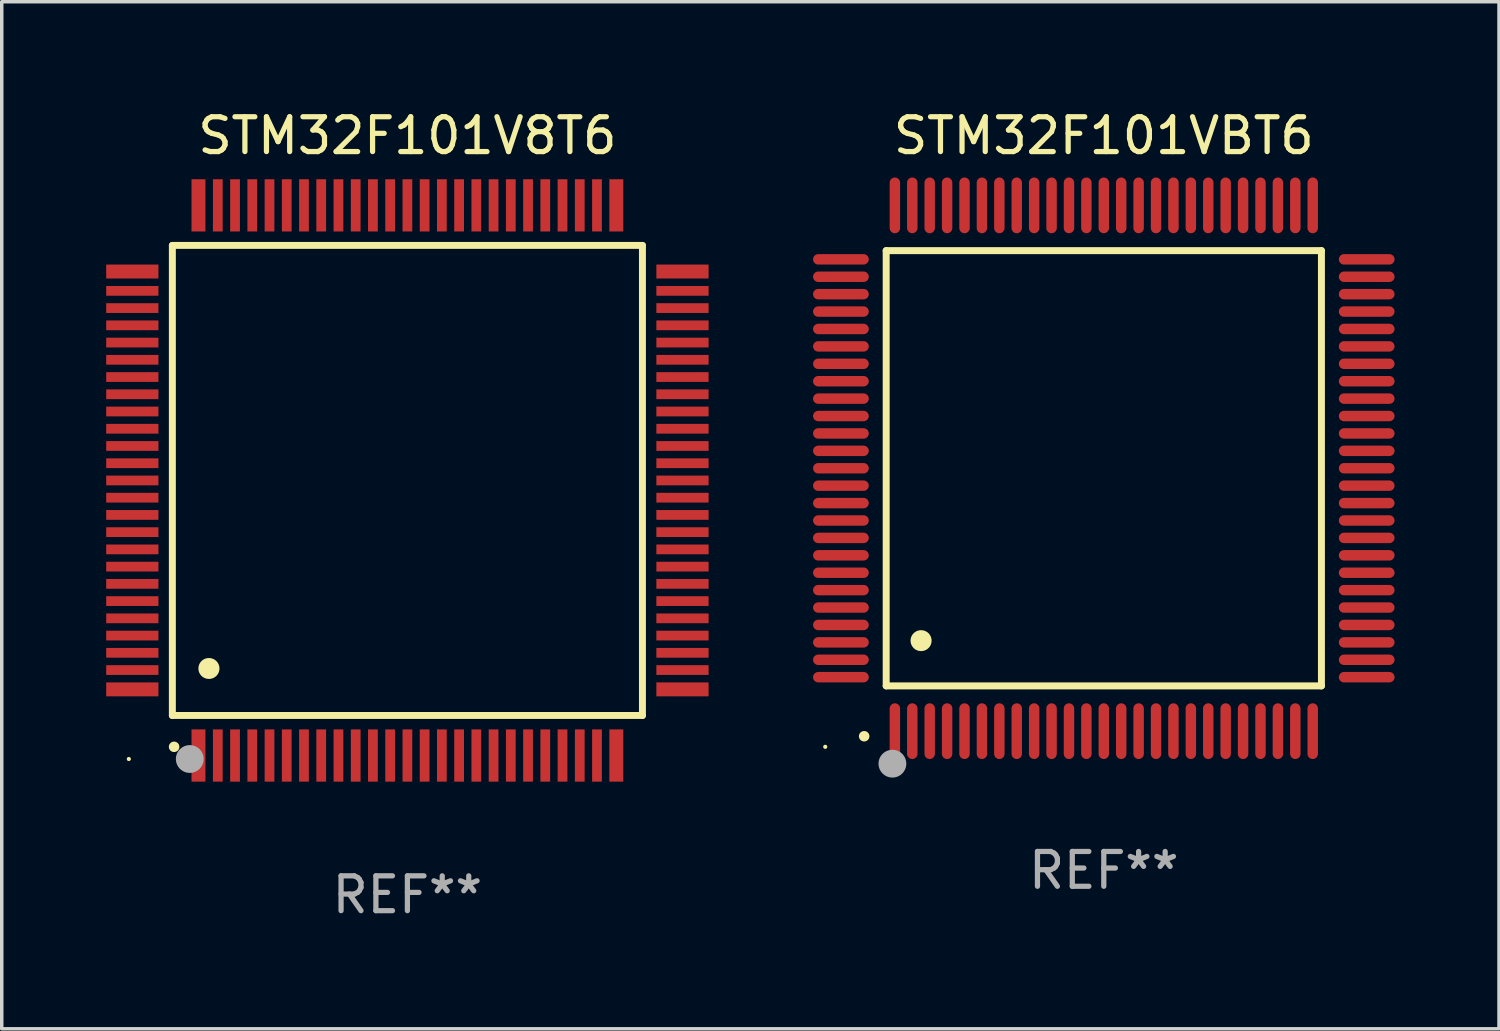
<source format=kicad_pcb>
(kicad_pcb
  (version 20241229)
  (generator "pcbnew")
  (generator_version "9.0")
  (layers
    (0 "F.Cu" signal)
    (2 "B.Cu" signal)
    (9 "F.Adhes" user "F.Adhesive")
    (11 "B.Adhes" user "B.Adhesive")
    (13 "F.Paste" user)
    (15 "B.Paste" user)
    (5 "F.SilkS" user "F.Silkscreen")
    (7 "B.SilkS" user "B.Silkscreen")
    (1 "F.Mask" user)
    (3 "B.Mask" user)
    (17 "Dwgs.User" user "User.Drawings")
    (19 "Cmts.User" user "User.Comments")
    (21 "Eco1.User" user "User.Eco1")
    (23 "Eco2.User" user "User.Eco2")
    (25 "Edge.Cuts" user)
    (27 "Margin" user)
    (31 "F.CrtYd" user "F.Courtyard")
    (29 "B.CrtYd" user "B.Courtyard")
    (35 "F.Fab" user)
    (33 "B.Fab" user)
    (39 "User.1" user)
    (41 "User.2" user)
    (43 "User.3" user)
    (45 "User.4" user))
  (footprint "STM32F101VBT6"
    (layer "F.Cu")
    (at 28.65 10.398)
    (property "Reference" "STM32F101VBT6" (at 0 -9.55 0) (layer "F.SilkS") (effects (font (size 1 1) (thickness 0.15))))
    (attr through_hole)
    (fp_line (start -6.25 -6.25) (end -6.25 6.25) (stroke (width 0.2) (type solid)) (layer "F.SilkS"))
    (fp_line (start -6.25 6.25) (end 6.25 6.25) (stroke (width 0.2) (type solid)) (layer "F.SilkS"))
    (fp_line (start 6.25 -6.25) (end -6.25 -6.25) (stroke (width 0.2) (type solid)) (layer "F.SilkS"))
    (fp_line (start 6.25 6.25) (end 6.25 -6.25) (stroke (width 0.2) (type solid)) (layer "F.SilkS"))
    (fp_arc (start -6.883414 7.696215) (mid -6.882144 7.69621) (end -6.880874 7.696215) (stroke (width 0.3) (type solid)) (layer "F.SilkS"))
    (fp_arc (start -5.250191 4.95047) (mid -5.247651 4.950459) (end -5.245111 4.95047) (stroke (width 0.6) (type solid)) (layer "F.SilkS"))
    (fp_circle (center -8 8) (end -7.97 8) (stroke (width 0.06) (type solid)) (fill no) (layer "F.SilkS"))
    (fp_circle (center -6.071 8.484) (end -5.871 8.484) (stroke (width 0.4) (type solid)) (fill no) (layer "F.Fab"))
    (fp_text user "REF**" (at 0 11.55 0) (layer "F.Fab") (effects (font (size 1 1) (thickness 0.15))))
    (pad "1" smd oval (at -6 7.55) (size 0.3 1.6) (layers "F.Cu" "F.Mask" "F.Paste"))
    (pad "2" smd oval (at -5.5 7.55) (size 0.3 1.6) (layers "F.Cu" "F.Mask" "F.Paste"))
    (pad "3" smd oval (at -5 7.55) (size 0.3 1.6) (layers "F.Cu" "F.Mask" "F.Paste"))
    (pad "4" smd oval (at -4.5 7.55) (size 0.3 1.6) (layers "F.Cu" "F.Mask" "F.Paste"))
    (pad "5" smd oval (at -4 7.55) (size 0.3 1.6) (layers "F.Cu" "F.Mask" "F.Paste"))
    (pad "6" smd oval (at -3.5 7.55) (size 0.3 1.6) (layers "F.Cu" "F.Mask" "F.Paste"))
    (pad "7" smd oval (at -3 7.55) (size 0.3 1.6) (layers "F.Cu" "F.Mask" "F.Paste"))
    (pad "8" smd oval (at -2.5 7.55) (size 0.3 1.6) (layers "F.Cu" "F.Mask" "F.Paste"))
    (pad "9" smd oval (at -2 7.55) (size 0.3 1.6) (layers "F.Cu" "F.Mask" "F.Paste"))
    (pad "10" smd oval (at -1.5 7.55) (size 0.3 1.6) (layers "F.Cu" "F.Mask" "F.Paste"))
    (pad "11" smd oval (at -1 7.55) (size 0.3 1.6) (layers "F.Cu" "F.Mask" "F.Paste"))
    (pad "12" smd oval (at -0.5 7.55) (size 0.3 1.6) (layers "F.Cu" "F.Mask" "F.Paste"))
    (pad "13" smd oval (at 0 7.55) (size 0.3 1.6) (layers "F.Cu" "F.Mask" "F.Paste"))
    (pad "14" smd oval (at 0.5 7.55) (size 0.3 1.6) (layers "F.Cu" "F.Mask" "F.Paste"))
    (pad "15" smd oval (at 1 7.55) (size 0.3 1.6) (layers "F.Cu" "F.Mask" "F.Paste"))
    (pad "16" smd oval (at 1.5 7.55) (size 0.3 1.6) (layers "F.Cu" "F.Mask" "F.Paste"))
    (pad "17" smd oval (at 2 7.55) (size 0.3 1.6) (layers "F.Cu" "F.Mask" "F.Paste"))
    (pad "18" smd oval (at 2.5 7.55) (size 0.3 1.6) (layers "F.Cu" "F.Mask" "F.Paste"))
    (pad "19" smd oval (at 3 7.55) (size 0.3 1.6) (layers "F.Cu" "F.Mask" "F.Paste"))
    (pad "20" smd oval (at 3.5 7.55) (size 0.3 1.6) (layers "F.Cu" "F.Mask" "F.Paste"))
    (pad "21" smd oval (at 4 7.55) (size 0.3 1.6) (layers "F.Cu" "F.Mask" "F.Paste"))
    (pad "22" smd oval (at 4.5 7.55) (size 0.3 1.6) (layers "F.Cu" "F.Mask" "F.Paste"))
    (pad "23" smd oval (at 5 7.55) (size 0.3 1.6) (layers "F.Cu" "F.Mask" "F.Paste"))
    (pad "24" smd oval (at 5.5 7.55) (size 0.3 1.6) (layers "F.Cu" "F.Mask" "F.Paste"))
    (pad "25" smd oval (at 6 7.55) (size 0.3 1.6) (layers "F.Cu" "F.Mask" "F.Paste"))
    (pad "26" smd oval (at 7.55 6) (size 1.6 0.3) (layers "F.Cu" "F.Mask" "F.Paste"))
    (pad "27" smd oval (at 7.55 5.5) (size 1.6 0.3) (layers "F.Cu" "F.Mask" "F.Paste"))
    (pad "28" smd oval (at 7.55 5) (size 1.6 0.3) (layers "F.Cu" "F.Mask" "F.Paste"))
    (pad "29" smd oval (at 7.55 4.5) (size 1.6 0.3) (layers "F.Cu" "F.Mask" "F.Paste"))
    (pad "30" smd oval (at 7.55 4) (size 1.6 0.3) (layers "F.Cu" "F.Mask" "F.Paste"))
    (pad "31" smd oval (at 7.55 3.5) (size 1.6 0.3) (layers "F.Cu" "F.Mask" "F.Paste"))
    (pad "32" smd oval (at 7.55 3) (size 1.6 0.3) (layers "F.Cu" "F.Mask" "F.Paste"))
    (pad "33" smd oval (at 7.55 2.5) (size 1.6 0.3) (layers "F.Cu" "F.Mask" "F.Paste"))
    (pad "34" smd oval (at 7.55 2) (size 1.6 0.3) (layers "F.Cu" "F.Mask" "F.Paste"))
    (pad "35" smd oval (at 7.55 1.5) (size 1.6 0.3) (layers "F.Cu" "F.Mask" "F.Paste"))
    (pad "36" smd oval (at 7.55 1) (size 1.6 0.3) (layers "F.Cu" "F.Mask" "F.Paste"))
    (pad "37" smd oval (at 7.55 0.5) (size 1.6 0.3) (layers "F.Cu" "F.Mask" "F.Paste"))
    (pad "38" smd oval (at 7.55 0) (size 1.6 0.3) (layers "F.Cu" "F.Mask" "F.Paste"))
    (pad "39" smd oval (at 7.55 -0.5) (size 1.6 0.3) (layers "F.Cu" "F.Mask" "F.Paste"))
    (pad "40" smd oval (at 7.55 -1) (size 1.6 0.3) (layers "F.Cu" "F.Mask" "F.Paste"))
    (pad "41" smd oval (at 7.55 -1.5) (size 1.6 0.3) (layers "F.Cu" "F.Mask" "F.Paste"))
    (pad "42" smd oval (at 7.55 -2) (size 1.6 0.3) (layers "F.Cu" "F.Mask" "F.Paste"))
    (pad "43" smd oval (at 7.55 -2.5) (size 1.6 0.3) (layers "F.Cu" "F.Mask" "F.Paste"))
    (pad "44" smd oval (at 7.55 -3) (size 1.6 0.3) (layers "F.Cu" "F.Mask" "F.Paste"))
    (pad "45" smd oval (at 7.55 -3.5) (size 1.6 0.3) (layers "F.Cu" "F.Mask" "F.Paste"))
    (pad "46" smd oval (at 7.55 -4) (size 1.6 0.3) (layers "F.Cu" "F.Mask" "F.Paste"))
    (pad "47" smd oval (at 7.55 -4.5) (size 1.6 0.3) (layers "F.Cu" "F.Mask" "F.Paste"))
    (pad "48" smd oval (at 7.55 -5) (size 1.6 0.3) (layers "F.Cu" "F.Mask" "F.Paste"))
    (pad "49" smd oval (at 7.55 -5.5) (size 1.6 0.3) (layers "F.Cu" "F.Mask" "F.Paste"))
    (pad "50" smd oval (at 7.55 -6) (size 1.6 0.3) (layers "F.Cu" "F.Mask" "F.Paste"))
    (pad "51" smd oval (at 6 -7.55) (size 0.3 1.6) (layers "F.Cu" "F.Mask" "F.Paste"))
    (pad "52" smd oval (at 5.5 -7.55) (size 0.3 1.6) (layers "F.Cu" "F.Mask" "F.Paste"))
    (pad "53" smd oval (at 5 -7.55) (size 0.3 1.6) (layers "F.Cu" "F.Mask" "F.Paste"))
    (pad "54" smd oval (at 4.5 -7.55) (size 0.3 1.6) (layers "F.Cu" "F.Mask" "F.Paste"))
    (pad "55" smd oval (at 4 -7.55) (size 0.3 1.6) (layers "F.Cu" "F.Mask" "F.Paste"))
    (pad "56" smd oval (at 3.5 -7.55) (size 0.3 1.6) (layers "F.Cu" "F.Mask" "F.Paste"))
    (pad "57" smd oval (at 3 -7.55) (size 0.3 1.6) (layers "F.Cu" "F.Mask" "F.Paste"))
    (pad "58" smd oval (at 2.5 -7.55) (size 0.3 1.6) (layers "F.Cu" "F.Mask" "F.Paste"))
    (pad "59" smd oval (at 2 -7.55) (size 0.3 1.6) (layers "F.Cu" "F.Mask" "F.Paste"))
    (pad "60" smd oval (at 1.5 -7.55) (size 0.3 1.6) (layers "F.Cu" "F.Mask" "F.Paste"))
    (pad "61" smd oval (at 1 -7.55) (size 0.3 1.6) (layers "F.Cu" "F.Mask" "F.Paste"))
    (pad "62" smd oval (at 0.5 -7.55) (size 0.3 1.6) (layers "F.Cu" "F.Mask" "F.Paste"))
    (pad "63" smd oval (at 0 -7.55) (size 0.3 1.6) (layers "F.Cu" "F.Mask" "F.Paste"))
    (pad "64" smd oval (at -0.5 -7.55) (size 0.3 1.6) (layers "F.Cu" "F.Mask" "F.Paste"))
    (pad "65" smd oval (at -1 -7.55) (size 0.3 1.6) (layers "F.Cu" "F.Mask" "F.Paste"))
    (pad "66" smd oval (at -1.5 -7.55) (size 0.3 1.6) (layers "F.Cu" "F.Mask" "F.Paste"))
    (pad "67" smd oval (at -2 -7.55) (size 0.3 1.6) (layers "F.Cu" "F.Mask" "F.Paste"))
    (pad "68" smd oval (at -2.5 -7.55) (size 0.3 1.6) (layers "F.Cu" "F.Mask" "F.Paste"))
    (pad "69" smd oval (at -3 -7.55) (size 0.3 1.6) (layers "F.Cu" "F.Mask" "F.Paste"))
    (pad "70" smd oval (at -3.5 -7.55) (size 0.3 1.6) (layers "F.Cu" "F.Mask" "F.Paste"))
    (pad "71" smd oval (at -4 -7.55) (size 0.3 1.6) (layers "F.Cu" "F.Mask" "F.Paste"))
    (pad "72" smd oval (at -4.5 -7.55) (size 0.3 1.6) (layers "F.Cu" "F.Mask" "F.Paste"))
    (pad "73" smd oval (at -5 -7.55) (size 0.3 1.6) (layers "F.Cu" "F.Mask" "F.Paste"))
    (pad "74" smd oval (at -5.5 -7.55) (size 0.3 1.6) (layers "F.Cu" "F.Mask" "F.Paste"))
    (pad "75" smd oval (at -6 -7.55) (size 0.3 1.6) (layers "F.Cu" "F.Mask" "F.Paste"))
    (pad "76" smd oval (at -7.55 -6) (size 1.6 0.3) (layers "F.Cu" "F.Mask" "F.Paste"))
    (pad "77" smd oval (at -7.55 -5.5) (size 1.6 0.3) (layers "F.Cu" "F.Mask" "F.Paste"))
    (pad "78" smd oval (at -7.55 -5) (size 1.6 0.3) (layers "F.Cu" "F.Mask" "F.Paste"))
    (pad "79" smd oval (at -7.55 -4.5) (size 1.6 0.3) (layers "F.Cu" "F.Mask" "F.Paste"))
    (pad "80" smd oval (at -7.55 -4) (size 1.6 0.3) (layers "F.Cu" "F.Mask" "F.Paste"))
    (pad "81" smd oval (at -7.55 -3.5) (size 1.6 0.3) (layers "F.Cu" "F.Mask" "F.Paste"))
    (pad "82" smd oval (at -7.55 -3) (size 1.6 0.3) (layers "F.Cu" "F.Mask" "F.Paste"))
    (pad "83" smd oval (at -7.55 -2.5) (size 1.6 0.3) (layers "F.Cu" "F.Mask" "F.Paste"))
    (pad "84" smd oval (at -7.55 -2) (size 1.6 0.3) (layers "F.Cu" "F.Mask" "F.Paste"))
    (pad "85" smd oval (at -7.55 -1.5) (size 1.6 0.3) (layers "F.Cu" "F.Mask" "F.Paste"))
    (pad "86" smd oval (at -7.55 -1) (size 1.6 0.3) (layers "F.Cu" "F.Mask" "F.Paste"))
    (pad "87" smd oval (at -7.55 -0.5) (size 1.6 0.3) (layers "F.Cu" "F.Mask" "F.Paste"))
    (pad "88" smd oval (at -7.55 0) (size 1.6 0.3) (layers "F.Cu" "F.Mask" "F.Paste"))
    (pad "89" smd oval (at -7.55 0.5) (size 1.6 0.3) (layers "F.Cu" "F.Mask" "F.Paste"))
    (pad "90" smd oval (at -7.55 1) (size 1.6 0.3) (layers "F.Cu" "F.Mask" "F.Paste"))
    (pad "91" smd oval (at -7.55 1.5) (size 1.6 0.3) (layers "F.Cu" "F.Mask" "F.Paste"))
    (pad "92" smd oval (at -7.55 2) (size 1.6 0.3) (layers "F.Cu" "F.Mask" "F.Paste"))
    (pad "93" smd oval (at -7.55 2.5) (size 1.6 0.3) (layers "F.Cu" "F.Mask" "F.Paste"))
    (pad "94" smd oval (at -7.55 3) (size 1.6 0.3) (layers "F.Cu" "F.Mask" "F.Paste"))
    (pad "95" smd oval (at -7.55 3.5) (size 1.6 0.3) (layers "F.Cu" "F.Mask" "F.Paste"))
    (pad "96" smd oval (at -7.55 4) (size 1.6 0.3) (layers "F.Cu" "F.Mask" "F.Paste"))
    (pad "97" smd oval (at -7.55 4.5) (size 1.6 0.3) (layers "F.Cu" "F.Mask" "F.Paste"))
    (pad "98" smd oval (at -7.55 5) (size 1.6 0.3) (layers "F.Cu" "F.Mask" "F.Paste"))
    (pad "99" smd oval (at -7.55 5.5) (size 1.6 0.3) (layers "F.Cu" "F.Mask" "F.Paste"))
    (pad "100" smd oval (at -7.55 6) (size 1.6 0.3) (layers "F.Cu" "F.Mask" "F.Paste")))
  (footprint "STM32F101V8T6"
    (layer "F.Cu")
    (at 8.65 10.748)
    (property "Reference" "STM32F101V8T6" (at 0 -9.9 0) (layer "F.SilkS") (effects (font (size 1 1) (thickness 0.15))))
    (attr through_hole)
    (fp_line (start -6.75 -6.75) (end -6.75 6.75) (stroke (width 0.2) (type solid)) (layer "F.SilkS"))
    (fp_line (start -6.75 6.75) (end 6.75 6.75) (stroke (width 0.2) (type solid)) (layer "F.SilkS"))
    (fp_line (start 6.75 -6.75) (end -6.75 -6.75) (stroke (width 0.2) (type solid)) (layer "F.SilkS"))
    (fp_line (start 6.75 6.75) (end 6.75 -6.75) (stroke (width 0.2) (type solid)) (layer "F.SilkS"))
    (fp_arc (start -6.701321 7.650013) (mid -6.700051 7.650008) (end -6.698781 7.650013) (stroke (width 0.3) (type solid)) (layer "F.SilkS"))
    (fp_arc (start -5.702515 5.400025) (mid -5.699975 5.400014) (end -5.697435 5.400025) (stroke (width 0.6) (type solid)) (layer "F.SilkS"))
    (fp_circle (center -8 8) (end -7.97 8) (stroke (width 0.06) (type solid)) (fill no) (layer "F.SilkS"))
    (fp_circle (center -6.25 8) (end -6.05 8) (stroke (width 0.4) (type solid)) (fill no) (layer "F.Fab"))
    (fp_text user "REF**" (at 0 11.9 0) (layer "F.Fab") (effects (font (size 1 1) (thickness 0.15))))
    (pad "1" smd rect (at -6 7.9 180) (size 0.4 1.5) (layers "F.Cu" "F.Mask" "F.Paste"))
    (pad "2" smd rect (at -5.445 7.9 180) (size 0.28 1.5) (layers "F.Cu" "F.Mask" "F.Paste"))
    (pad "3" smd rect (at -4.95 7.9 180) (size 0.28 1.5) (layers "F.Cu" "F.Mask" "F.Paste"))
    (pad "4" smd rect (at -4.455 7.9 180) (size 0.28 1.5) (layers "F.Cu" "F.Mask" "F.Paste"))
    (pad "5" smd rect (at -3.96 7.9 180) (size 0.28 1.5) (layers "F.Cu" "F.Mask" "F.Paste"))
    (pad "6" smd rect (at -3.465 7.9 180) (size 0.28 1.5) (layers "F.Cu" "F.Mask" "F.Paste"))
    (pad "7" smd rect (at -2.97 7.9 180) (size 0.28 1.5) (layers "F.Cu" "F.Mask" "F.Paste"))
    (pad "8" smd rect (at -2.475 7.9 180) (size 0.28 1.5) (layers "F.Cu" "F.Mask" "F.Paste"))
    (pad "9" smd rect (at -1.98 7.9 180) (size 0.28 1.5) (layers "F.Cu" "F.Mask" "F.Paste"))
    (pad "10" smd rect (at -1.485 7.9 180) (size 0.28 1.5) (layers "F.Cu" "F.Mask" "F.Paste"))
    (pad "11" smd rect (at -0.99 7.9 180) (size 0.28 1.5) (layers "F.Cu" "F.Mask" "F.Paste"))
    (pad "12" smd rect (at -0.495 7.9 180) (size 0.28 1.5) (layers "F.Cu" "F.Mask" "F.Paste"))
    (pad "13" smd rect (at 0.000178 7.9 180) (size 0.28 1.5) (layers "F.Cu" "F.Mask" "F.Paste"))
    (pad "14" smd rect (at 0.495 7.9 180) (size 0.28 1.5) (layers "F.Cu" "F.Mask" "F.Paste"))
    (pad "15" smd rect (at 0.99 7.9 180) (size 0.28 1.5) (layers "F.Cu" "F.Mask" "F.Paste"))
    (pad "16" smd rect (at 1.485 7.9 180) (size 0.28 1.5) (layers "F.Cu" "F.Mask" "F.Paste"))
    (pad "17" smd rect (at 1.98 7.9 180) (size 0.28 1.5) (layers "F.Cu" "F.Mask" "F.Paste"))
    (pad "18" smd rect (at 2.475 7.9 180) (size 0.28 1.5) (layers "F.Cu" "F.Mask" "F.Paste"))
    (pad "19" smd rect (at 2.97 7.9 180) (size 0.28 1.5) (layers "F.Cu" "F.Mask" "F.Paste"))
    (pad "20" smd rect (at 3.465 7.9 180) (size 0.28 1.5) (layers "F.Cu" "F.Mask" "F.Paste"))
    (pad "21" smd rect (at 3.96 7.9 180) (size 0.28 1.5) (layers "F.Cu" "F.Mask" "F.Paste"))
    (pad "22" smd rect (at 4.455 7.9 180) (size 0.28 1.5) (layers "F.Cu" "F.Mask" "F.Paste"))
    (pad "23" smd rect (at 4.95 7.9 180) (size 0.28 1.5) (layers "F.Cu" "F.Mask" "F.Paste"))
    (pad "24" smd rect (at 5.445 7.9 180) (size 0.28 1.5) (layers "F.Cu" "F.Mask" "F.Paste"))
    (pad "25" smd rect (at 6 7.9 180) (size 0.4 1.5) (layers "F.Cu" "F.Mask" "F.Paste"))
    (pad "26" smd rect (at 7.9 6 90) (size 0.4 1.5) (layers "F.Cu" "F.Mask" "F.Paste"))
    (pad "27" smd rect (at 7.9 5.445 90) (size 0.28 1.5) (layers "F.Cu" "F.Mask" "F.Paste"))
    (pad "28" smd rect (at 7.9 4.95 90) (size 0.28 1.5) (layers "F.Cu" "F.Mask" "F.Paste"))
    (pad "29" smd rect (at 7.9 4.455 90) (size 0.28 1.5) (layers "F.Cu" "F.Mask" "F.Paste"))
    (pad "30" smd rect (at 7.9 3.96 90) (size 0.28 1.5) (layers "F.Cu" "F.Mask" "F.Paste"))
    (pad "31" smd rect (at 7.9 3.465 90) (size 0.28 1.5) (layers "F.Cu" "F.Mask" "F.Paste"))
    (pad "32" smd rect (at 7.9 2.97 90) (size 0.28 1.5) (layers "F.Cu" "F.Mask" "F.Paste"))
    (pad "33" smd rect (at 7.9 2.475 90) (size 0.28 1.5) (layers "F.Cu" "F.Mask" "F.Paste"))
    (pad "34" smd rect (at 7.9 1.98 90) (size 0.28 1.5) (layers "F.Cu" "F.Mask" "F.Paste"))
    (pad "35" smd rect (at 7.9 1.485 90) (size 0.28 1.5) (layers "F.Cu" "F.Mask" "F.Paste"))
    (pad "36" smd rect (at 7.9 0.99 90) (size 0.28 1.5) (layers "F.Cu" "F.Mask" "F.Paste"))
    (pad "37" smd rect (at 7.9 0.495 90) (size 0.28 1.5) (layers "F.Cu" "F.Mask" "F.Paste"))
    (pad "38" smd rect (at 7.9 0 90) (size 0.28 1.5) (layers "F.Cu" "F.Mask" "F.Paste"))
    (pad "39" smd rect (at 7.9 -0.495 90) (size 0.28 1.5) (layers "F.Cu" "F.Mask" "F.Paste"))
    (pad "40" smd rect (at 7.9 -0.99 90) (size 0.28 1.5) (layers "F.Cu" "F.Mask" "F.Paste"))
    (pad "41" smd rect (at 7.9 -1.485 90) (size 0.28 1.5) (layers "F.Cu" "F.Mask" "F.Paste"))
    (pad "42" smd rect (at 7.9 -1.98 90) (size 0.28 1.5) (layers "F.Cu" "F.Mask" "F.Paste"))
    (pad "43" smd rect (at 7.9 -2.475 90) (size 0.28 1.5) (layers "F.Cu" "F.Mask" "F.Paste"))
    (pad "44" smd rect (at 7.9 -2.97 90) (size 0.28 1.5) (layers "F.Cu" "F.Mask" "F.Paste"))
    (pad "45" smd rect (at 7.9 -3.465 90) (size 0.28 1.5) (layers "F.Cu" "F.Mask" "F.Paste"))
    (pad "46" smd rect (at 7.9 -3.96 90) (size 0.28 1.5) (layers "F.Cu" "F.Mask" "F.Paste"))
    (pad "47" smd rect (at 7.9 -4.455 90) (size 0.28 1.5) (layers "F.Cu" "F.Mask" "F.Paste"))
    (pad "48" smd rect (at 7.9 -4.95 90) (size 0.28 1.5) (layers "F.Cu" "F.Mask" "F.Paste"))
    (pad "49" smd rect (at 7.9 -5.445 90) (size 0.28 1.5) (layers "F.Cu" "F.Mask" "F.Paste"))
    (pad "50" smd rect (at 7.9 -6 90) (size 0.4 1.5) (layers "F.Cu" "F.Mask" "F.Paste"))
    (pad "51" smd rect (at 6 -7.9 180) (size 0.4 1.5) (layers "F.Cu" "F.Mask" "F.Paste"))
    (pad "52" smd rect (at 5.445 -7.9 180) (size 0.28 1.5) (layers "F.Cu" "F.Mask" "F.Paste"))
    (pad "53" smd rect (at 4.95 -7.9 180) (size 0.28 1.5) (layers "F.Cu" "F.Mask" "F.Paste"))
    (pad "54" smd rect (at 4.455 -7.9 180) (size 0.28 1.5) (layers "F.Cu" "F.Mask" "F.Paste"))
    (pad "55" smd rect (at 3.96 -7.9 180) (size 0.28 1.5) (layers "F.Cu" "F.Mask" "F.Paste"))
    (pad "56" smd rect (at 3.465 -7.9 180) (size 0.28 1.5) (layers "F.Cu" "F.Mask" "F.Paste"))
    (pad "57" smd rect (at 2.97 -7.9 180) (size 0.28 1.5) (layers "F.Cu" "F.Mask" "F.Paste"))
    (pad "58" smd rect (at 2.475 -7.9 180) (size 0.28 1.5) (layers "F.Cu" "F.Mask" "F.Paste"))
    (pad "59" smd rect (at 1.98 -7.9 180) (size 0.28 1.5) (layers "F.Cu" "F.Mask" "F.Paste"))
    (pad "60" smd rect (at 1.485 -7.9 180) (size 0.28 1.5) (layers "F.Cu" "F.Mask" "F.Paste"))
    (pad "61" smd rect (at 0.99 -7.9 180) (size 0.28 1.5) (layers "F.Cu" "F.Mask" "F.Paste"))
    (pad "62" smd rect (at 0.495 -7.9 180) (size 0.28 1.5) (layers "F.Cu" "F.Mask" "F.Paste"))
    (pad "63" smd rect (at 0.000178 -7.9 180) (size 0.28 1.5) (layers "F.Cu" "F.Mask" "F.Paste"))
    (pad "64" smd rect (at -0.495 -7.9 180) (size 0.28 1.5) (layers "F.Cu" "F.Mask" "F.Paste"))
    (pad "65" smd rect (at -0.99 -7.9 180) (size 0.28 1.5) (layers "F.Cu" "F.Mask" "F.Paste"))
    (pad "66" smd rect (at -1.485 -7.9 180) (size 0.28 1.5) (layers "F.Cu" "F.Mask" "F.Paste"))
    (pad "67" smd rect (at -1.98 -7.9 180) (size 0.28 1.5) (layers "F.Cu" "F.Mask" "F.Paste"))
    (pad "68" smd rect (at -2.475 -7.9 180) (size 0.28 1.5) (layers "F.Cu" "F.Mask" "F.Paste"))
    (pad "69" smd rect (at -2.97 -7.9 180) (size 0.28 1.5) (layers "F.Cu" "F.Mask" "F.Paste"))
    (pad "70" smd rect (at -3.465 -7.9 180) (size 0.28 1.5) (layers "F.Cu" "F.Mask" "F.Paste"))
    (pad "71" smd rect (at -3.96 -7.9 180) (size 0.28 1.5) (layers "F.Cu" "F.Mask" "F.Paste"))
    (pad "72" smd rect (at -4.455 -7.9 180) (size 0.28 1.5) (layers "F.Cu" "F.Mask" "F.Paste"))
    (pad "73" smd rect (at -4.95 -7.9 180) (size 0.28 1.5) (layers "F.Cu" "F.Mask" "F.Paste"))
    (pad "74" smd rect (at -5.445 -7.9 180) (size 0.28 1.5) (layers "F.Cu" "F.Mask" "F.Paste"))
    (pad "75" smd rect (at -6 -7.9 180) (size 0.4 1.5) (layers "F.Cu" "F.Mask" "F.Paste"))
    (pad "76" smd rect (at -7.9 -6 90) (size 0.4 1.5) (layers "F.Cu" "F.Mask" "F.Paste"))
    (pad "77" smd rect (at -7.9 -5.445 90) (size 0.28 1.5) (layers "F.Cu" "F.Mask" "F.Paste"))
    (pad "78" smd rect (at -7.9 -4.95 90) (size 0.28 1.5) (layers "F.Cu" "F.Mask" "F.Paste"))
    (pad "79" smd rect (at -7.9 -4.455 90) (size 0.28 1.5) (layers "F.Cu" "F.Mask" "F.Paste"))
    (pad "80" smd rect (at -7.9 -3.96 90) (size 0.28 1.5) (layers "F.Cu" "F.Mask" "F.Paste"))
    (pad "81" smd rect (at -7.9 -3.465 90) (size 0.28 1.5) (layers "F.Cu" "F.Mask" "F.Paste"))
    (pad "82" smd rect (at -7.9 -2.97 90) (size 0.28 1.5) (layers "F.Cu" "F.Mask" "F.Paste"))
    (pad "83" smd rect (at -7.9 -2.475 90) (size 0.28 1.5) (layers "F.Cu" "F.Mask" "F.Paste"))
    (pad "84" smd rect (at -7.9 -1.98 90) (size 0.28 1.5) (layers "F.Cu" "F.Mask" "F.Paste"))
    (pad "85" smd rect (at -7.9 -1.485 90) (size 0.28 1.5) (layers "F.Cu" "F.Mask" "F.Paste"))
    (pad "86" smd rect (at -7.9 -0.99 90) (size 0.28 1.5) (layers "F.Cu" "F.Mask" "F.Paste"))
    (pad "87" smd rect (at -7.9 -0.495 90) (size 0.28 1.5) (layers "F.Cu" "F.Mask" "F.Paste"))
    (pad "88" smd rect (at -7.9 0 90) (size 0.28 1.5) (layers "F.Cu" "F.Mask" "F.Paste"))
    (pad "89" smd rect (at -7.9 0.495 90) (size 0.28 1.5) (layers "F.Cu" "F.Mask" "F.Paste"))
    (pad "90" smd rect (at -7.9 0.99 90) (size 0.28 1.5) (layers "F.Cu" "F.Mask" "F.Paste"))
    (pad "91" smd rect (at -7.9 1.485 90) (size 0.28 1.5) (layers "F.Cu" "F.Mask" "F.Paste"))
    (pad "92" smd rect (at -7.9 1.98 90) (size 0.28 1.5) (layers "F.Cu" "F.Mask" "F.Paste"))
    (pad "93" smd rect (at -7.9 2.475 90) (size 0.28 1.5) (layers "F.Cu" "F.Mask" "F.Paste"))
    (pad "94" smd rect (at -7.9 2.97 90) (size 0.28 1.5) (layers "F.Cu" "F.Mask" "F.Paste"))
    (pad "95" smd rect (at -7.9 3.465 90) (size 0.28 1.5) (layers "F.Cu" "F.Mask" "F.Paste"))
    (pad "96" smd rect (at -7.9 3.96 90) (size 0.28 1.5) (layers "F.Cu" "F.Mask" "F.Paste"))
    (pad "97" smd rect (at -7.9 4.455 90) (size 0.28 1.5) (layers "F.Cu" "F.Mask" "F.Paste"))
    (pad "98" smd rect (at -7.9 4.95 90) (size 0.28 1.5) (layers "F.Cu" "F.Mask" "F.Paste"))
    (pad "99" smd rect (at -7.9 5.445 90) (size 0.28 1.5) (layers "F.Cu" "F.Mask" "F.Paste"))
    (pad "100" smd rect (at -7.9 6 90) (size 0.4 1.5) (layers "F.Cu" "F.Mask" "F.Paste")))
  (gr_rect
    (start -3 -3)
    (end 40 26.496)
    (stroke (width 0.1) (type default))
    (fill no)
    (layer "Edge.Cuts")))
</source>
